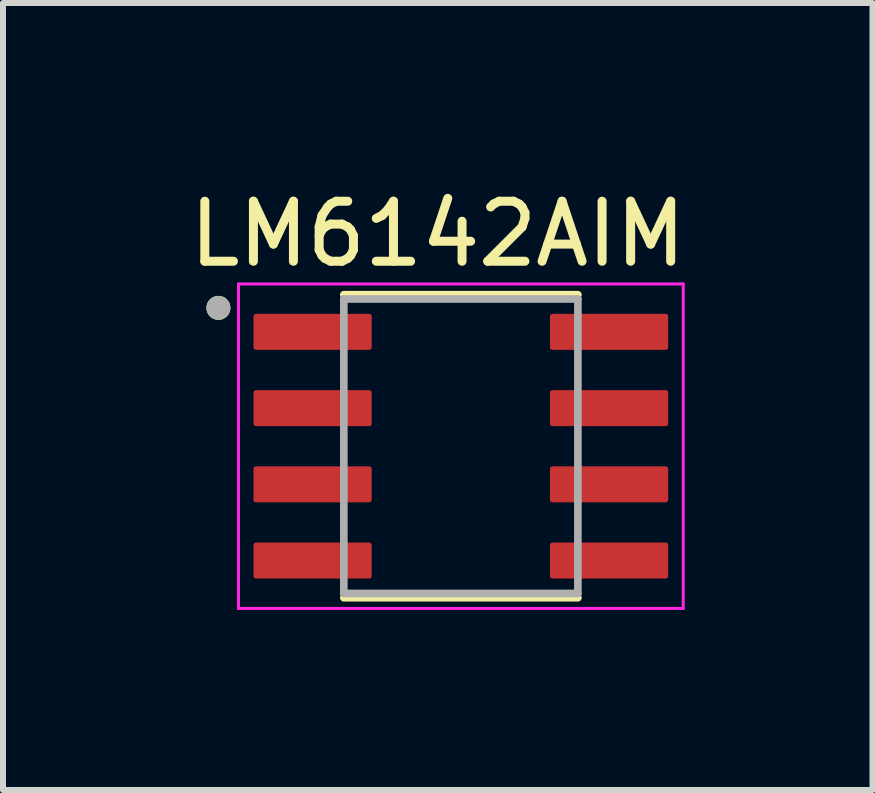
<source format=kicad_pcb>
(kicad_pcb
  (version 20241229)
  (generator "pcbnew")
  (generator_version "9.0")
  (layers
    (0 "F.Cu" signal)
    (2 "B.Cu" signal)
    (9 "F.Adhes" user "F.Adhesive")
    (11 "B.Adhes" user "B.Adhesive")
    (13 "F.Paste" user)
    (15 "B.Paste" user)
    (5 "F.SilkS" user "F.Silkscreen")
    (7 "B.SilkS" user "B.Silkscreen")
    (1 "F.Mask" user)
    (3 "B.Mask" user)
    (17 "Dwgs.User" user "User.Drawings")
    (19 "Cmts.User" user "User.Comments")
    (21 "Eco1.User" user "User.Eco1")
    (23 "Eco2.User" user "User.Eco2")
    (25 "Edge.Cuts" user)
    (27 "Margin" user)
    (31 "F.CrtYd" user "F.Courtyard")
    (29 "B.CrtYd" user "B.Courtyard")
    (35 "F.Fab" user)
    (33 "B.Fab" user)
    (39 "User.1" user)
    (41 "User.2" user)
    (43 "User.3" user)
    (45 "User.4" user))
  (footprint "LM6142AIM"
    (layer "F.Cu")
    (at 4.629 4.385)
    (property "Reference" "LM6142AIM" (at -0.385 -3.537 0) (layer "F.SilkS") (effects (font (size 1 1) (thickness 0.15))))
    (attr through_hole)
    (fp_line (start -1.95 -2.525) (end 1.95 -2.525) (stroke (width 0.127) (type solid)) (layer "F.SilkS"))
    (fp_line (start -1.95 2.525) (end 1.95 2.525) (stroke (width 0.127) (type solid)) (layer "F.SilkS"))
    (fp_circle (center -4.04 -2.305) (end -3.94 -2.305) (stroke (width 0.2) (type solid)) (fill no) (layer "F.SilkS"))
    (fp_line (start -3.705 -2.703) (end -3.705 2.703) (stroke (width 0.05) (type solid)) (layer "F.CrtYd"))
    (fp_line (start -3.705 -2.703) (end 3.705 -2.703) (stroke (width 0.05) (type solid)) (layer "F.CrtYd"))
    (fp_line (start -3.705 2.703) (end 3.705 2.703) (stroke (width 0.05) (type solid)) (layer "F.CrtYd"))
    (fp_line (start 3.705 -2.703) (end 3.705 2.703) (stroke (width 0.05) (type solid)) (layer "F.CrtYd"))
    (fp_line (start -1.95 -2.453) (end -1.95 2.453) (stroke (width 0.127) (type solid)) (layer "F.Fab"))
    (fp_line (start -1.95 -2.453) (end 1.95 -2.453) (stroke (width 0.127) (type solid)) (layer "F.Fab"))
    (fp_line (start -1.95 2.453) (end 1.95 2.453) (stroke (width 0.127) (type solid)) (layer "F.Fab"))
    (fp_line (start 1.95 -2.453) (end 1.95 2.453) (stroke (width 0.127) (type solid)) (layer "F.Fab"))
    (fp_circle (center -4.04 -2.305) (end -3.94 -2.305) (stroke (width 0.2) (type solid)) (fill no) (layer "F.Fab"))
    (pad "1" smd roundrect (at -2.47 -1.905) (size 1.97 0.6) (layers "F.Cu" "F.Mask" "F.Paste") (roundrect_rratio 0.07))
    (pad "2" smd roundrect (at -2.47 -0.635) (size 1.97 0.6) (layers "F.Cu" "F.Mask" "F.Paste") (roundrect_rratio 0.07))
    (pad "3" smd roundrect (at -2.47 0.635) (size 1.97 0.6) (layers "F.Cu" "F.Mask" "F.Paste") (roundrect_rratio 0.07))
    (pad "4" smd roundrect (at -2.47 1.905) (size 1.97 0.6) (layers "F.Cu" "F.Mask" "F.Paste") (roundrect_rratio 0.07))
    (pad "5" smd roundrect (at 2.47 1.905) (size 1.97 0.6) (layers "F.Cu" "F.Mask" "F.Paste") (roundrect_rratio 0.07))
    (pad "6" smd roundrect (at 2.47 0.635) (size 1.97 0.6) (layers "F.Cu" "F.Mask" "F.Paste") (roundrect_rratio 0.07))
    (pad "7" smd roundrect (at 2.47 -0.635) (size 1.97 0.6) (layers "F.Cu" "F.Mask" "F.Paste") (roundrect_rratio 0.07))
    (pad "8" smd roundrect (at 2.47 -1.905) (size 1.97 0.6) (layers "F.Cu" "F.Mask" "F.Paste") (roundrect_rratio 0.07)))
  (gr_rect
    (start -3 -3)
    (end 11.488 10.113)
    (stroke (width 0.1) (type default))
    (fill no)
    (layer "Edge.Cuts")))
</source>
